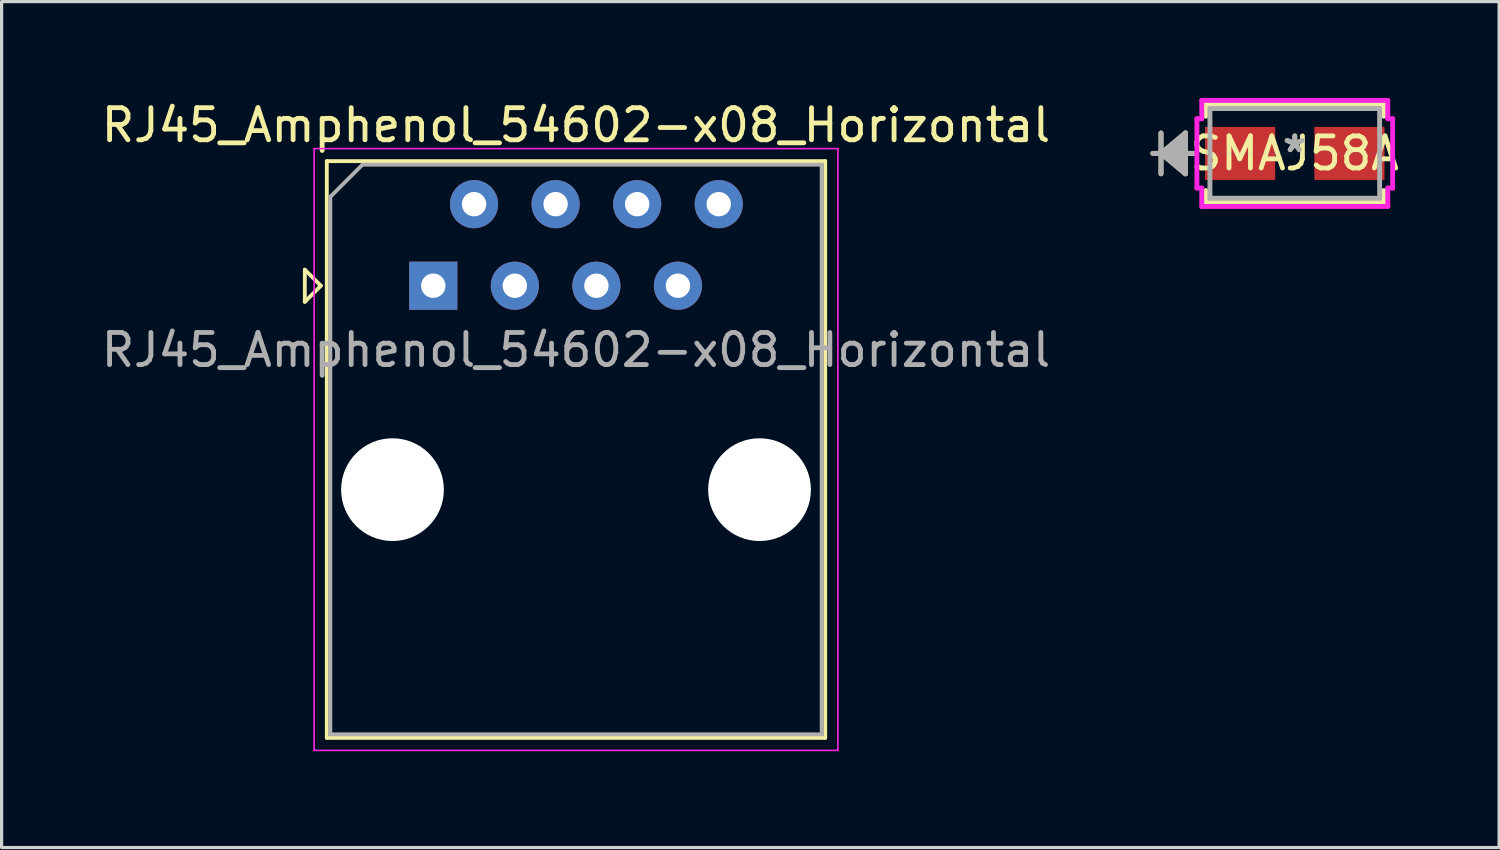
<source format=kicad_pcb>
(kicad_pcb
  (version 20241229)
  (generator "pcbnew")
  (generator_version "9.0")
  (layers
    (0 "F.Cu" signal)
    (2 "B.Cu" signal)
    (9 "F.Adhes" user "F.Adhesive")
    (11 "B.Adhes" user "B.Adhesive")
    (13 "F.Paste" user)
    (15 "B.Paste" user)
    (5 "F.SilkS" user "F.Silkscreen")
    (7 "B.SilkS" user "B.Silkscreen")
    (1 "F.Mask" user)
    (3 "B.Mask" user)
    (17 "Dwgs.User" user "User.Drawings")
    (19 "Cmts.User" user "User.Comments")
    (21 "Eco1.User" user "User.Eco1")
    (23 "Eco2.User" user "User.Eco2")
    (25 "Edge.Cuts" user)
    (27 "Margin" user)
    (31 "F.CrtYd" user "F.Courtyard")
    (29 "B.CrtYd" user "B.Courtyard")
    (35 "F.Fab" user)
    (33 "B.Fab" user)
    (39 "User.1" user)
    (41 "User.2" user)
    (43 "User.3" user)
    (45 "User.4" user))
  (footprint "RJ45_Amphenol_54602-x08_Horizontal"
    (layer "F.Cu")
    (at 10.442 5.848)
    (property "Reference" "RJ45_Amphenol_54602-x08_Horizontal" (at 4.445 -5 0) (layer "F.SilkS") (effects (font (size 1 1) (thickness 0.15))))
    (attr through_hole)
    (fp_line (start -4 -0.5) (end -4 0.5) (stroke (width 0.12) (type solid)) (layer "F.SilkS"))
    (fp_line (start -4 0.5) (end -3.5 0) (stroke (width 0.12) (type solid)) (layer "F.SilkS"))
    (fp_line (start -3.5 0) (end -4 -0.5) (stroke (width 0.12) (type solid)) (layer "F.SilkS"))
    (fp_line (start -3.315 -3.88) (end -3.315 14.08) (stroke (width 0.12) (type solid)) (layer "F.SilkS"))
    (fp_line (start -3.315 14.08) (end 12.205 14.08) (stroke (width 0.12) (type solid)) (layer "F.SilkS"))
    (fp_line (start 12.205 -3.88) (end -3.315 -3.88) (stroke (width 0.12) (type solid)) (layer "F.SilkS"))
    (fp_line (start 12.205 -3.88) (end 12.205 14.08) (stroke (width 0.12) (type solid)) (layer "F.SilkS"))
    (fp_line (start -3.71 -4.27) (end -3.71 14.47) (stroke (width 0.05) (type solid)) (layer "F.CrtYd"))
    (fp_line (start -3.71 -4.27) (end 12.6 -4.27) (stroke (width 0.05) (type solid)) (layer "F.CrtYd"))
    (fp_line (start 12.6 14.47) (end -3.71 14.47) (stroke (width 0.05) (type solid)) (layer "F.CrtYd"))
    (fp_line (start 12.6 14.47) (end 12.6 -4.27) (stroke (width 0.05) (type solid)) (layer "F.CrtYd"))
    (fp_line (start -3.205 -2.77) (end -2.205 -3.77) (stroke (width 0.12) (type solid)) (layer "F.Fab"))
    (fp_line (start -3.205 13.97) (end -3.205 -2.77) (stroke (width 0.12) (type solid)) (layer "F.Fab"))
    (fp_line (start -2.205 -3.77) (end 12.095 -3.77) (stroke (width 0.12) (type solid)) (layer "F.Fab"))
    (fp_line (start 12.095 -3.77) (end 12.095 13.97) (stroke (width 0.12) (type solid)) (layer "F.Fab"))
    (fp_line (start 12.095 13.97) (end -3.205 13.97) (stroke (width 0.12) (type solid)) (layer "F.Fab"))
    (fp_text user "${REFERENCE}" (at 4.445 2 0) (layer "F.Fab") (effects (font (size 1 1) (thickness 0.15))))
    (pad "" np_thru_hole circle (at -1.27 6.35) (size 3.2 3.2) (drill 3.2) (layers "*.Cu" "*.Mask"))
    (pad "" np_thru_hole circle (at 10.16 6.35) (size 3.2 3.2) (drill 3.2) (layers "*.Cu" "*.Mask"))
    (pad "1" thru_hole rect (at 0 0) (size 1.5 1.5) (drill 0.76) (layers "*.Cu" "*.Mask"))
    (pad "2" thru_hole circle (at 1.27 -2.54) (size 1.5 1.5) (drill 0.76) (layers "*.Cu" "*.Mask"))
    (pad "3" thru_hole circle (at 2.54 0) (size 1.5 1.5) (drill 0.76) (layers "*.Cu" "*.Mask"))
    (pad "4" thru_hole circle (at 3.81 -2.54) (size 1.5 1.5) (drill 0.76) (layers "*.Cu" "*.Mask"))
    (pad "5" thru_hole circle (at 5.08 0) (size 1.5 1.5) (drill 0.76) (layers "*.Cu" "*.Mask"))
    (pad "6" thru_hole circle (at 6.35 -2.54) (size 1.5 1.5) (drill 0.76) (layers "*.Cu" "*.Mask"))
    (pad "7" thru_hole circle (at 7.62 0) (size 1.5 1.5) (drill 0.76) (layers "*.Cu" "*.Mask"))
    (pad "8" thru_hole circle (at 8.89 -2.54) (size 1.5 1.5) (drill 0.76) (layers "*.Cu" "*.Mask")))
  (footprint "SMAJ58A"
    (layer "F.Cu")
    (at 37.27 1.727)
    (property "Reference" "SMAJ58A" (at 0 0 0) (layer "F.SilkS") (effects (font (size 1 1) (thickness 0.15))))
    (attr through_hole)
    (fp_line (start -4.166 -0.635) (end -4.166 0.635) (stroke (width 0.152) (type solid)) (layer "F.SilkS"))
    (fp_line (start -4.166 0) (end -3.404 -0.635) (stroke (width 0.152) (type solid)) (layer "F.SilkS"))
    (fp_line (start -4.166 0) (end -3.404 -0.508) (stroke (width 0.152) (type solid)) (layer "F.SilkS"))
    (fp_line (start -4.166 0) (end -3.404 -0.381) (stroke (width 0.152) (type solid)) (layer "F.SilkS"))
    (fp_line (start -4.166 0) (end -3.404 -0.254) (stroke (width 0.152) (type solid)) (layer "F.SilkS"))
    (fp_line (start -4.166 0) (end -3.404 -0.127) (stroke (width 0.152) (type solid)) (layer "F.SilkS"))
    (fp_line (start -4.166 0) (end -3.404 0.127) (stroke (width 0.152) (type solid)) (layer "F.SilkS"))
    (fp_line (start -4.166 0) (end -3.404 0.254) (stroke (width 0.152) (type solid)) (layer "F.SilkS"))
    (fp_line (start -4.166 0) (end -3.404 0.381) (stroke (width 0.152) (type solid)) (layer "F.SilkS"))
    (fp_line (start -4.166 0) (end -3.404 0.508) (stroke (width 0.152) (type solid)) (layer "F.SilkS"))
    (fp_line (start -4.166 0) (end -3.404 0.635) (stroke (width 0.152) (type solid)) (layer "F.SilkS"))
    (fp_line (start -3.404 -0.635) (end -3.404 0.635) (stroke (width 0.152) (type solid)) (layer "F.SilkS"))
    (fp_line (start -3.15 0) (end -4.42 0) (stroke (width 0.152) (type solid)) (layer "F.SilkS"))
    (fp_line (start -2.769 -1.524) (end -2.769 -1.158) (stroke (width 0.152) (type solid)) (layer "F.SilkS"))
    (fp_line (start -2.769 1.158) (end -2.769 1.524) (stroke (width 0.152) (type solid)) (layer "F.SilkS"))
    (fp_line (start -2.769 1.524) (end 2.769 1.524) (stroke (width 0.152) (type solid)) (layer "F.SilkS"))
    (fp_line (start 2.769 -1.524) (end -2.769 -1.524) (stroke (width 0.152) (type solid)) (layer "F.SilkS"))
    (fp_line (start 2.769 -1.158) (end 2.769 -1.524) (stroke (width 0.152) (type solid)) (layer "F.SilkS"))
    (fp_line (start 2.769 1.524) (end 2.769 1.158) (stroke (width 0.152) (type solid)) (layer "F.SilkS"))
    (fp_line (start -3.048 -1.079) (end -2.896 -1.079) (stroke (width 0.152) (type solid)) (layer "F.CrtYd"))
    (fp_line (start -3.048 1.079) (end -3.048 -1.079) (stroke (width 0.152) (type solid)) (layer "F.CrtYd"))
    (fp_line (start -2.896 -1.651) (end 2.896 -1.651) (stroke (width 0.152) (type solid)) (layer "F.CrtYd"))
    (fp_line (start -2.896 -1.079) (end -2.896 -1.651) (stroke (width 0.152) (type solid)) (layer "F.CrtYd"))
    (fp_line (start -2.896 1.079) (end -3.048 1.079) (stroke (width 0.152) (type solid)) (layer "F.CrtYd"))
    (fp_line (start -2.896 1.651) (end -2.896 1.079) (stroke (width 0.152) (type solid)) (layer "F.CrtYd"))
    (fp_line (start 2.896 -1.651) (end 2.896 -1.079) (stroke (width 0.152) (type solid)) (layer "F.CrtYd"))
    (fp_line (start 2.896 -1.079) (end 3.048 -1.079) (stroke (width 0.152) (type solid)) (layer "F.CrtYd"))
    (fp_line (start 2.896 1.079) (end 2.896 1.651) (stroke (width 0.152) (type solid)) (layer "F.CrtYd"))
    (fp_line (start 2.896 1.651) (end -2.896 1.651) (stroke (width 0.152) (type solid)) (layer "F.CrtYd"))
    (fp_line (start 3.048 -1.079) (end 3.048 1.079) (stroke (width 0.152) (type solid)) (layer "F.CrtYd"))
    (fp_line (start 3.048 1.079) (end 2.896 1.079) (stroke (width 0.152) (type solid)) (layer "F.CrtYd"))
    (fp_line (start -4.166 -0.635) (end -4.166 0.635) (stroke (width 0.152) (type solid)) (layer "F.Fab"))
    (fp_line (start -4.166 0) (end -3.404 -0.635) (stroke (width 0.152) (type solid)) (layer "F.Fab"))
    (fp_line (start -4.166 0) (end -3.404 -0.508) (stroke (width 0.152) (type solid)) (layer "F.Fab"))
    (fp_line (start -4.166 0) (end -3.404 -0.381) (stroke (width 0.152) (type solid)) (layer "F.Fab"))
    (fp_line (start -4.166 0) (end -3.404 -0.254) (stroke (width 0.152) (type solid)) (layer "F.Fab"))
    (fp_line (start -4.166 0) (end -3.404 -0.127) (stroke (width 0.152) (type solid)) (layer "F.Fab"))
    (fp_line (start -4.166 0) (end -3.404 0.127) (stroke (width 0.152) (type solid)) (layer "F.Fab"))
    (fp_line (start -4.166 0) (end -3.404 0.254) (stroke (width 0.152) (type solid)) (layer "F.Fab"))
    (fp_line (start -4.166 0) (end -3.404 0.381) (stroke (width 0.152) (type solid)) (layer "F.Fab"))
    (fp_line (start -4.166 0) (end -3.404 0.508) (stroke (width 0.152) (type solid)) (layer "F.Fab"))
    (fp_line (start -4.166 0) (end -3.404 0.635) (stroke (width 0.152) (type solid)) (layer "F.Fab"))
    (fp_line (start -3.404 -0.635) (end -3.404 0.635) (stroke (width 0.152) (type solid)) (layer "F.Fab"))
    (fp_line (start -3.15 0) (end -4.42 0) (stroke (width 0.152) (type solid)) (layer "F.Fab"))
    (fp_line (start -2.642 -1.397) (end -2.642 1.397) (stroke (width 0.152) (type solid)) (layer "F.Fab"))
    (fp_line (start -2.642 1.397) (end 2.642 1.397) (stroke (width 0.152) (type solid)) (layer "F.Fab"))
    (fp_line (start 2.642 -1.397) (end -2.642 -1.397) (stroke (width 0.152) (type solid)) (layer "F.Fab"))
    (fp_line (start 2.642 1.397) (end 2.642 -1.397) (stroke (width 0.152) (type solid)) (layer "F.Fab"))
    (fp_text user "*" (at 0 0 0) (layer "F.SilkS") (effects (font (size 1 1) (thickness 0.15))))
    (fp_text user "Copyright 2016 Accelerated Designs. All rights reserved." (at 0 0 0) (layer "Cmts.User") (effects (font (size 0.127 0.127) (thickness 0.002))))
    (fp_text user "*" (at 0 0 0) (layer "F.Fab") (effects (font (size 1 1) (thickness 0.15))))
    (pad "1" smd rect (at -1.702 0 90) (size 1.651 2.184) (layers "F.Cu" "F.Mask" "F.Paste"))
    (pad "2" smd rect (at 1.702 0 90) (size 1.651 2.184) (layers "F.Cu" "F.Mask" "F.Paste")))
  (gr_rect
    (start -3 -3)
    (end 43.633 23.343)
    (stroke (width 0.1) (type default))
    (fill no)
    (layer "Edge.Cuts")))
</source>
